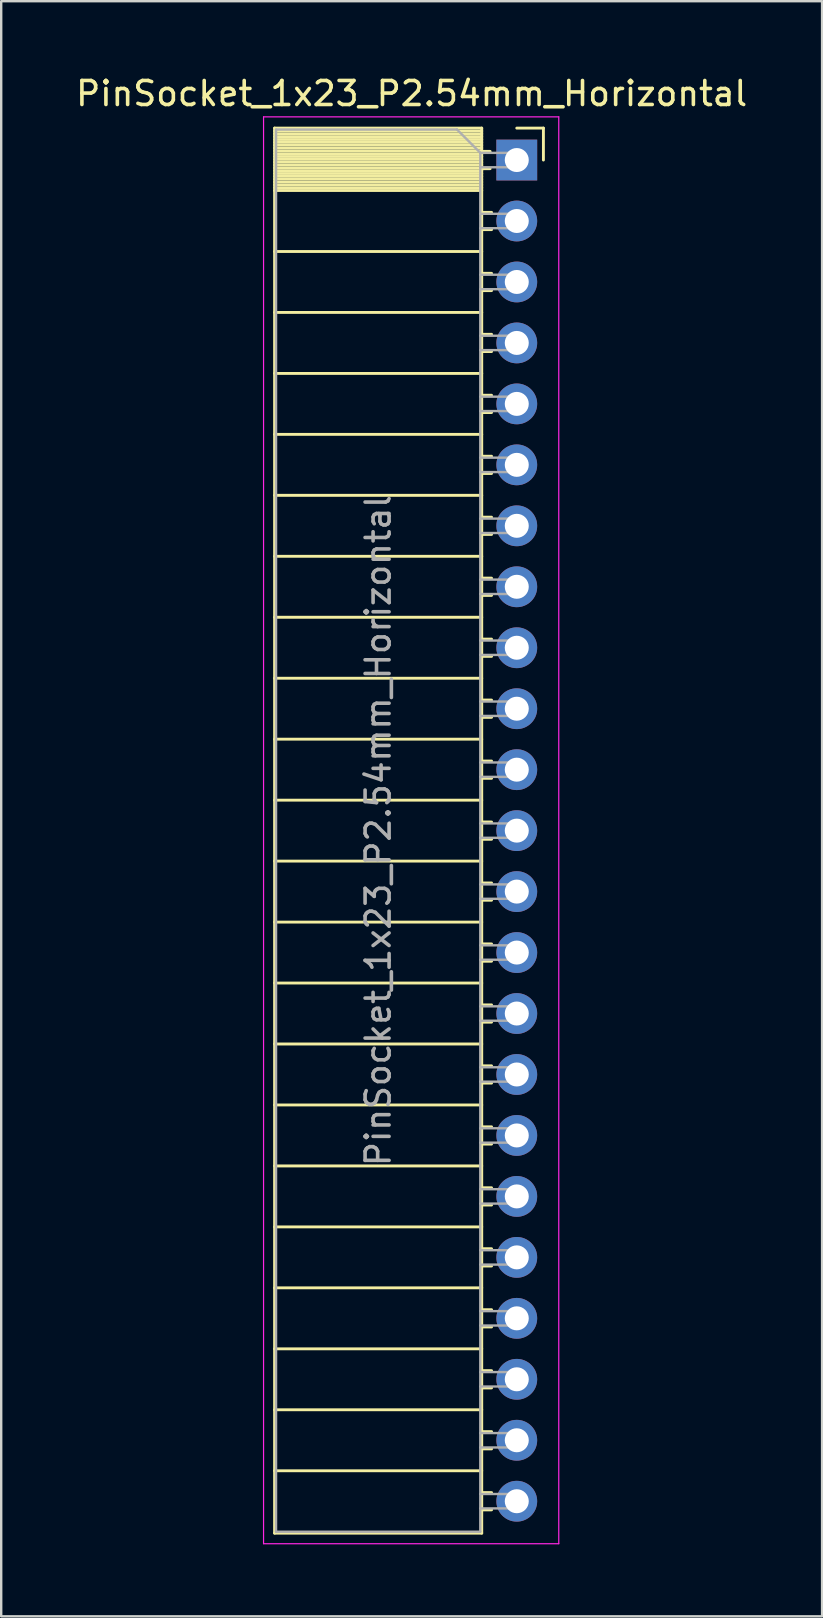
<source format=kicad_pcb>
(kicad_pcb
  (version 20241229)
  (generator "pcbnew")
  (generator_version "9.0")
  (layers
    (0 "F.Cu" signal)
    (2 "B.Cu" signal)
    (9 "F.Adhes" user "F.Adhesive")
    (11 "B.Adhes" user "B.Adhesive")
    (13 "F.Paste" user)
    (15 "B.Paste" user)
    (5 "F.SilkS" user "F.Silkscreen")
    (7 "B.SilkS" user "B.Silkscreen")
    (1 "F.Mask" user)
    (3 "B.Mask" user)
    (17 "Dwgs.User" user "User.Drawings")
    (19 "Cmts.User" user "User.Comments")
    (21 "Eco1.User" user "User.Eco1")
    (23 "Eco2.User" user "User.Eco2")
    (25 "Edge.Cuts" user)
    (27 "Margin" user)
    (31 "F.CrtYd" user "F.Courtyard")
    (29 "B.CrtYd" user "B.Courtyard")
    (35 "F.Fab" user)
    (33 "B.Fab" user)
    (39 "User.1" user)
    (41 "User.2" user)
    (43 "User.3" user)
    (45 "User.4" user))
  (footprint "PinSocket_1x23_P2.54mm_Horizontal"
    (layer "F.Cu")
    (at 18.481 3.618)
    (property "Reference" "PinSocket_1x23_P2.54mm_Horizontal" (at -4.38 -2.77 0) (layer "F.SilkS") (effects (font (size 1 1) (thickness 0.15))))
    (attr through_hole)
    (fp_line (start -10.09 -1.33) (end -10.09 57.21) (stroke (width 0.12) (type solid)) (layer "F.SilkS"))
    (fp_line (start -10.09 -1.33) (end -1.46 -1.33) (stroke (width 0.12) (type solid)) (layer "F.SilkS"))
    (fp_line (start -10.09 -1.21) (end -1.46 -1.21) (stroke (width 0.12) (type solid)) (layer "F.SilkS"))
    (fp_line (start -10.09 -1.092) (end -1.46 -1.092) (stroke (width 0.12) (type solid)) (layer "F.SilkS"))
    (fp_line (start -10.09 -0.974) (end -1.46 -0.974) (stroke (width 0.12) (type solid)) (layer "F.SilkS"))
    (fp_line (start -10.09 -0.856) (end -1.46 -0.856) (stroke (width 0.12) (type solid)) (layer "F.SilkS"))
    (fp_line (start -10.09 -0.738) (end -1.46 -0.738) (stroke (width 0.12) (type solid)) (layer "F.SilkS"))
    (fp_line (start -10.09 -0.62) (end -1.46 -0.62) (stroke (width 0.12) (type solid)) (layer "F.SilkS"))
    (fp_line (start -10.09 -0.501) (end -1.46 -0.501) (stroke (width 0.12) (type solid)) (layer "F.SilkS"))
    (fp_line (start -10.09 -0.383) (end -1.46 -0.383) (stroke (width 0.12) (type solid)) (layer "F.SilkS"))
    (fp_line (start -10.09 -0.265) (end -1.46 -0.265) (stroke (width 0.12) (type solid)) (layer "F.SilkS"))
    (fp_line (start -10.09 -0.147) (end -1.46 -0.147) (stroke (width 0.12) (type solid)) (layer "F.SilkS"))
    (fp_line (start -10.09 -0.029) (end -1.46 -0.029) (stroke (width 0.12) (type solid)) (layer "F.SilkS"))
    (fp_line (start -10.09 0.089) (end -1.46 0.089) (stroke (width 0.12) (type solid)) (layer "F.SilkS"))
    (fp_line (start -10.09 0.207) (end -1.46 0.207) (stroke (width 0.12) (type solid)) (layer "F.SilkS"))
    (fp_line (start -10.09 0.325) (end -1.46 0.325) (stroke (width 0.12) (type solid)) (layer "F.SilkS"))
    (fp_line (start -10.09 0.443) (end -1.46 0.443) (stroke (width 0.12) (type solid)) (layer "F.SilkS"))
    (fp_line (start -10.09 0.561) (end -1.46 0.561) (stroke (width 0.12) (type solid)) (layer "F.SilkS"))
    (fp_line (start -10.09 0.68) (end -1.46 0.68) (stroke (width 0.12) (type solid)) (layer "F.SilkS"))
    (fp_line (start -10.09 0.798) (end -1.46 0.798) (stroke (width 0.12) (type solid)) (layer "F.SilkS"))
    (fp_line (start -10.09 0.916) (end -1.46 0.916) (stroke (width 0.12) (type solid)) (layer "F.SilkS"))
    (fp_line (start -10.09 1.034) (end -1.46 1.034) (stroke (width 0.12) (type solid)) (layer "F.SilkS"))
    (fp_line (start -10.09 1.152) (end -1.46 1.152) (stroke (width 0.12) (type solid)) (layer "F.SilkS"))
    (fp_line (start -10.09 1.27) (end -1.46 1.27) (stroke (width 0.12) (type solid)) (layer "F.SilkS"))
    (fp_line (start -10.09 3.81) (end -1.46 3.81) (stroke (width 0.12) (type solid)) (layer "F.SilkS"))
    (fp_line (start -10.09 6.35) (end -1.46 6.35) (stroke (width 0.12) (type solid)) (layer "F.SilkS"))
    (fp_line (start -10.09 8.89) (end -1.46 8.89) (stroke (width 0.12) (type solid)) (layer "F.SilkS"))
    (fp_line (start -10.09 11.43) (end -1.46 11.43) (stroke (width 0.12) (type solid)) (layer "F.SilkS"))
    (fp_line (start -10.09 13.97) (end -1.46 13.97) (stroke (width 0.12) (type solid)) (layer "F.SilkS"))
    (fp_line (start -10.09 16.51) (end -1.46 16.51) (stroke (width 0.12) (type solid)) (layer "F.SilkS"))
    (fp_line (start -10.09 19.05) (end -1.46 19.05) (stroke (width 0.12) (type solid)) (layer "F.SilkS"))
    (fp_line (start -10.09 21.59) (end -1.46 21.59) (stroke (width 0.12) (type solid)) (layer "F.SilkS"))
    (fp_line (start -10.09 24.13) (end -1.46 24.13) (stroke (width 0.12) (type solid)) (layer "F.SilkS"))
    (fp_line (start -10.09 26.67) (end -1.46 26.67) (stroke (width 0.12) (type solid)) (layer "F.SilkS"))
    (fp_line (start -10.09 29.21) (end -1.46 29.21) (stroke (width 0.12) (type solid)) (layer "F.SilkS"))
    (fp_line (start -10.09 31.75) (end -1.46 31.75) (stroke (width 0.12) (type solid)) (layer "F.SilkS"))
    (fp_line (start -10.09 34.29) (end -1.46 34.29) (stroke (width 0.12) (type solid)) (layer "F.SilkS"))
    (fp_line (start -10.09 36.83) (end -1.46 36.83) (stroke (width 0.12) (type solid)) (layer "F.SilkS"))
    (fp_line (start -10.09 39.37) (end -1.46 39.37) (stroke (width 0.12) (type solid)) (layer "F.SilkS"))
    (fp_line (start -10.09 41.91) (end -1.46 41.91) (stroke (width 0.12) (type solid)) (layer "F.SilkS"))
    (fp_line (start -10.09 44.45) (end -1.46 44.45) (stroke (width 0.12) (type solid)) (layer "F.SilkS"))
    (fp_line (start -10.09 46.99) (end -1.46 46.99) (stroke (width 0.12) (type solid)) (layer "F.SilkS"))
    (fp_line (start -10.09 49.53) (end -1.46 49.53) (stroke (width 0.12) (type solid)) (layer "F.SilkS"))
    (fp_line (start -10.09 52.07) (end -1.46 52.07) (stroke (width 0.12) (type solid)) (layer "F.SilkS"))
    (fp_line (start -10.09 54.61) (end -1.46 54.61) (stroke (width 0.12) (type solid)) (layer "F.SilkS"))
    (fp_line (start -10.09 57.21) (end -1.46 57.21) (stroke (width 0.12) (type solid)) (layer "F.SilkS"))
    (fp_line (start -1.46 -1.33) (end -1.46 57.21) (stroke (width 0.12) (type solid)) (layer "F.SilkS"))
    (fp_line (start -1.46 -0.36) (end -1.11 -0.36) (stroke (width 0.12) (type solid)) (layer "F.SilkS"))
    (fp_line (start -1.46 0.36) (end -1.11 0.36) (stroke (width 0.12) (type solid)) (layer "F.SilkS"))
    (fp_line (start -1.46 2.18) (end -1.05 2.18) (stroke (width 0.12) (type solid)) (layer "F.SilkS"))
    (fp_line (start -1.46 2.9) (end -1.05 2.9) (stroke (width 0.12) (type solid)) (layer "F.SilkS"))
    (fp_line (start -1.46 4.72) (end -1.05 4.72) (stroke (width 0.12) (type solid)) (layer "F.SilkS"))
    (fp_line (start -1.46 5.44) (end -1.05 5.44) (stroke (width 0.12) (type solid)) (layer "F.SilkS"))
    (fp_line (start -1.46 7.26) (end -1.05 7.26) (stroke (width 0.12) (type solid)) (layer "F.SilkS"))
    (fp_line (start -1.46 7.98) (end -1.05 7.98) (stroke (width 0.12) (type solid)) (layer "F.SilkS"))
    (fp_line (start -1.46 9.8) (end -1.05 9.8) (stroke (width 0.12) (type solid)) (layer "F.SilkS"))
    (fp_line (start -1.46 10.52) (end -1.05 10.52) (stroke (width 0.12) (type solid)) (layer "F.SilkS"))
    (fp_line (start -1.46 12.34) (end -1.05 12.34) (stroke (width 0.12) (type solid)) (layer "F.SilkS"))
    (fp_line (start -1.46 13.06) (end -1.05 13.06) (stroke (width 0.12) (type solid)) (layer "F.SilkS"))
    (fp_line (start -1.46 14.88) (end -1.05 14.88) (stroke (width 0.12) (type solid)) (layer "F.SilkS"))
    (fp_line (start -1.46 15.6) (end -1.05 15.6) (stroke (width 0.12) (type solid)) (layer "F.SilkS"))
    (fp_line (start -1.46 17.42) (end -1.05 17.42) (stroke (width 0.12) (type solid)) (layer "F.SilkS"))
    (fp_line (start -1.46 18.14) (end -1.05 18.14) (stroke (width 0.12) (type solid)) (layer "F.SilkS"))
    (fp_line (start -1.46 19.96) (end -1.05 19.96) (stroke (width 0.12) (type solid)) (layer "F.SilkS"))
    (fp_line (start -1.46 20.68) (end -1.05 20.68) (stroke (width 0.12) (type solid)) (layer "F.SilkS"))
    (fp_line (start -1.46 22.5) (end -1.05 22.5) (stroke (width 0.12) (type solid)) (layer "F.SilkS"))
    (fp_line (start -1.46 23.22) (end -1.05 23.22) (stroke (width 0.12) (type solid)) (layer "F.SilkS"))
    (fp_line (start -1.46 25.04) (end -1.05 25.04) (stroke (width 0.12) (type solid)) (layer "F.SilkS"))
    (fp_line (start -1.46 25.76) (end -1.05 25.76) (stroke (width 0.12) (type solid)) (layer "F.SilkS"))
    (fp_line (start -1.46 27.58) (end -1.05 27.58) (stroke (width 0.12) (type solid)) (layer "F.SilkS"))
    (fp_line (start -1.46 28.3) (end -1.05 28.3) (stroke (width 0.12) (type solid)) (layer "F.SilkS"))
    (fp_line (start -1.46 30.12) (end -1.05 30.12) (stroke (width 0.12) (type solid)) (layer "F.SilkS"))
    (fp_line (start -1.46 30.84) (end -1.05 30.84) (stroke (width 0.12) (type solid)) (layer "F.SilkS"))
    (fp_line (start -1.46 32.66) (end -1.05 32.66) (stroke (width 0.12) (type solid)) (layer "F.SilkS"))
    (fp_line (start -1.46 33.38) (end -1.05 33.38) (stroke (width 0.12) (type solid)) (layer "F.SilkS"))
    (fp_line (start -1.46 35.2) (end -1.05 35.2) (stroke (width 0.12) (type solid)) (layer "F.SilkS"))
    (fp_line (start -1.46 35.92) (end -1.05 35.92) (stroke (width 0.12) (type solid)) (layer "F.SilkS"))
    (fp_line (start -1.46 37.74) (end -1.05 37.74) (stroke (width 0.12) (type solid)) (layer "F.SilkS"))
    (fp_line (start -1.46 38.46) (end -1.05 38.46) (stroke (width 0.12) (type solid)) (layer "F.SilkS"))
    (fp_line (start -1.46 40.28) (end -1.05 40.28) (stroke (width 0.12) (type solid)) (layer "F.SilkS"))
    (fp_line (start -1.46 41) (end -1.05 41) (stroke (width 0.12) (type solid)) (layer "F.SilkS"))
    (fp_line (start -1.46 42.82) (end -1.05 42.82) (stroke (width 0.12) (type solid)) (layer "F.SilkS"))
    (fp_line (start -1.46 43.54) (end -1.05 43.54) (stroke (width 0.12) (type solid)) (layer "F.SilkS"))
    (fp_line (start -1.46 45.36) (end -1.05 45.36) (stroke (width 0.12) (type solid)) (layer "F.SilkS"))
    (fp_line (start -1.46 46.08) (end -1.05 46.08) (stroke (width 0.12) (type solid)) (layer "F.SilkS"))
    (fp_line (start -1.46 47.9) (end -1.05 47.9) (stroke (width 0.12) (type solid)) (layer "F.SilkS"))
    (fp_line (start -1.46 48.62) (end -1.05 48.62) (stroke (width 0.12) (type solid)) (layer "F.SilkS"))
    (fp_line (start -1.46 50.44) (end -1.05 50.44) (stroke (width 0.12) (type solid)) (layer "F.SilkS"))
    (fp_line (start -1.46 51.16) (end -1.05 51.16) (stroke (width 0.12) (type solid)) (layer "F.SilkS"))
    (fp_line (start -1.46 52.98) (end -1.05 52.98) (stroke (width 0.12) (type solid)) (layer "F.SilkS"))
    (fp_line (start -1.46 53.7) (end -1.05 53.7) (stroke (width 0.12) (type solid)) (layer "F.SilkS"))
    (fp_line (start -1.46 55.52) (end -1.05 55.52) (stroke (width 0.12) (type solid)) (layer "F.SilkS"))
    (fp_line (start -1.46 56.24) (end -1.05 56.24) (stroke (width 0.12) (type solid)) (layer "F.SilkS"))
    (fp_line (start 0 -1.33) (end 1.11 -1.33) (stroke (width 0.12) (type solid)) (layer "F.SilkS"))
    (fp_line (start 1.11 -1.33) (end 1.11 0) (stroke (width 0.12) (type solid)) (layer "F.SilkS"))
    (fp_line (start -10.55 -1.8) (end -10.55 57.65) (stroke (width 0.05) (type solid)) (layer "F.CrtYd"))
    (fp_line (start -10.55 57.65) (end 1.75 57.65) (stroke (width 0.05) (type solid)) (layer "F.CrtYd"))
    (fp_line (start 1.75 -1.8) (end -10.55 -1.8) (stroke (width 0.05) (type solid)) (layer "F.CrtYd"))
    (fp_line (start 1.75 57.65) (end 1.75 -1.8) (stroke (width 0.05) (type solid)) (layer "F.CrtYd"))
    (fp_line (start -10.03 -1.27) (end -2.49 -1.27) (stroke (width 0.1) (type solid)) (layer "F.Fab"))
    (fp_line (start -10.03 57.15) (end -10.03 -1.27) (stroke (width 0.1) (type solid)) (layer "F.Fab"))
    (fp_line (start -2.49 -1.27) (end -1.52 -0.3) (stroke (width 0.1) (type solid)) (layer "F.Fab"))
    (fp_line (start -1.52 -0.3) (end -1.52 57.15) (stroke (width 0.1) (type solid)) (layer "F.Fab"))
    (fp_line (start -1.52 0.3) (end 0 0.3) (stroke (width 0.1) (type solid)) (layer "F.Fab"))
    (fp_line (start -1.52 2.84) (end 0 2.84) (stroke (width 0.1) (type solid)) (layer "F.Fab"))
    (fp_line (start -1.52 5.38) (end 0 5.38) (stroke (width 0.1) (type solid)) (layer "F.Fab"))
    (fp_line (start -1.52 7.92) (end 0 7.92) (stroke (width 0.1) (type solid)) (layer "F.Fab"))
    (fp_line (start -1.52 10.46) (end 0 10.46) (stroke (width 0.1) (type solid)) (layer "F.Fab"))
    (fp_line (start -1.52 13) (end 0 13) (stroke (width 0.1) (type solid)) (layer "F.Fab"))
    (fp_line (start -1.52 15.54) (end 0 15.54) (stroke (width 0.1) (type solid)) (layer "F.Fab"))
    (fp_line (start -1.52 18.08) (end 0 18.08) (stroke (width 0.1) (type solid)) (layer "F.Fab"))
    (fp_line (start -1.52 20.62) (end 0 20.62) (stroke (width 0.1) (type solid)) (layer "F.Fab"))
    (fp_line (start -1.52 23.16) (end 0 23.16) (stroke (width 0.1) (type solid)) (layer "F.Fab"))
    (fp_line (start -1.52 25.7) (end 0 25.7) (stroke (width 0.1) (type solid)) (layer "F.Fab"))
    (fp_line (start -1.52 28.24) (end 0 28.24) (stroke (width 0.1) (type solid)) (layer "F.Fab"))
    (fp_line (start -1.52 30.78) (end 0 30.78) (stroke (width 0.1) (type solid)) (layer "F.Fab"))
    (fp_line (start -1.52 33.32) (end 0 33.32) (stroke (width 0.1) (type solid)) (layer "F.Fab"))
    (fp_line (start -1.52 35.86) (end 0 35.86) (stroke (width 0.1) (type solid)) (layer "F.Fab"))
    (fp_line (start -1.52 38.4) (end 0 38.4) (stroke (width 0.1) (type solid)) (layer "F.Fab"))
    (fp_line (start -1.52 40.94) (end 0 40.94) (stroke (width 0.1) (type solid)) (layer "F.Fab"))
    (fp_line (start -1.52 43.48) (end 0 43.48) (stroke (width 0.1) (type solid)) (layer "F.Fab"))
    (fp_line (start -1.52 46.02) (end 0 46.02) (stroke (width 0.1) (type solid)) (layer "F.Fab"))
    (fp_line (start -1.52 48.56) (end 0 48.56) (stroke (width 0.1) (type solid)) (layer "F.Fab"))
    (fp_line (start -1.52 51.1) (end 0 51.1) (stroke (width 0.1) (type solid)) (layer "F.Fab"))
    (fp_line (start -1.52 53.64) (end 0 53.64) (stroke (width 0.1) (type solid)) (layer "F.Fab"))
    (fp_line (start -1.52 56.18) (end 0 56.18) (stroke (width 0.1) (type solid)) (layer "F.Fab"))
    (fp_line (start -1.52 57.15) (end -10.03 57.15) (stroke (width 0.1) (type solid)) (layer "F.Fab"))
    (fp_line (start 0 -0.3) (end -1.52 -0.3) (stroke (width 0.1) (type solid)) (layer "F.Fab"))
    (fp_line (start 0 0.3) (end 0 -0.3) (stroke (width 0.1) (type solid)) (layer "F.Fab"))
    (fp_line (start 0 2.24) (end -1.52 2.24) (stroke (width 0.1) (type solid)) (layer "F.Fab"))
    (fp_line (start 0 2.84) (end 0 2.24) (stroke (width 0.1) (type solid)) (layer "F.Fab"))
    (fp_line (start 0 4.78) (end -1.52 4.78) (stroke (width 0.1) (type solid)) (layer "F.Fab"))
    (fp_line (start 0 5.38) (end 0 4.78) (stroke (width 0.1) (type solid)) (layer "F.Fab"))
    (fp_line (start 0 7.32) (end -1.52 7.32) (stroke (width 0.1) (type solid)) (layer "F.Fab"))
    (fp_line (start 0 7.92) (end 0 7.32) (stroke (width 0.1) (type solid)) (layer "F.Fab"))
    (fp_line (start 0 9.86) (end -1.52 9.86) (stroke (width 0.1) (type solid)) (layer "F.Fab"))
    (fp_line (start 0 10.46) (end 0 9.86) (stroke (width 0.1) (type solid)) (layer "F.Fab"))
    (fp_line (start 0 12.4) (end -1.52 12.4) (stroke (width 0.1) (type solid)) (layer "F.Fab"))
    (fp_line (start 0 13) (end 0 12.4) (stroke (width 0.1) (type solid)) (layer "F.Fab"))
    (fp_line (start 0 14.94) (end -1.52 14.94) (stroke (width 0.1) (type solid)) (layer "F.Fab"))
    (fp_line (start 0 15.54) (end 0 14.94) (stroke (width 0.1) (type solid)) (layer "F.Fab"))
    (fp_line (start 0 17.48) (end -1.52 17.48) (stroke (width 0.1) (type solid)) (layer "F.Fab"))
    (fp_line (start 0 18.08) (end 0 17.48) (stroke (width 0.1) (type solid)) (layer "F.Fab"))
    (fp_line (start 0 20.02) (end -1.52 20.02) (stroke (width 0.1) (type solid)) (layer "F.Fab"))
    (fp_line (start 0 20.62) (end 0 20.02) (stroke (width 0.1) (type solid)) (layer "F.Fab"))
    (fp_line (start 0 22.56) (end -1.52 22.56) (stroke (width 0.1) (type solid)) (layer "F.Fab"))
    (fp_line (start 0 23.16) (end 0 22.56) (stroke (width 0.1) (type solid)) (layer "F.Fab"))
    (fp_line (start 0 25.1) (end -1.52 25.1) (stroke (width 0.1) (type solid)) (layer "F.Fab"))
    (fp_line (start 0 25.7) (end 0 25.1) (stroke (width 0.1) (type solid)) (layer "F.Fab"))
    (fp_line (start 0 27.64) (end -1.52 27.64) (stroke (width 0.1) (type solid)) (layer "F.Fab"))
    (fp_line (start 0 28.24) (end 0 27.64) (stroke (width 0.1) (type solid)) (layer "F.Fab"))
    (fp_line (start 0 30.18) (end -1.52 30.18) (stroke (width 0.1) (type solid)) (layer "F.Fab"))
    (fp_line (start 0 30.78) (end 0 30.18) (stroke (width 0.1) (type solid)) (layer "F.Fab"))
    (fp_line (start 0 32.72) (end -1.52 32.72) (stroke (width 0.1) (type solid)) (layer "F.Fab"))
    (fp_line (start 0 33.32) (end 0 32.72) (stroke (width 0.1) (type solid)) (layer "F.Fab"))
    (fp_line (start 0 35.26) (end -1.52 35.26) (stroke (width 0.1) (type solid)) (layer "F.Fab"))
    (fp_line (start 0 35.86) (end 0 35.26) (stroke (width 0.1) (type solid)) (layer "F.Fab"))
    (fp_line (start 0 37.8) (end -1.52 37.8) (stroke (width 0.1) (type solid)) (layer "F.Fab"))
    (fp_line (start 0 38.4) (end 0 37.8) (stroke (width 0.1) (type solid)) (layer "F.Fab"))
    (fp_line (start 0 40.34) (end -1.52 40.34) (stroke (width 0.1) (type solid)) (layer "F.Fab"))
    (fp_line (start 0 40.94) (end 0 40.34) (stroke (width 0.1) (type solid)) (layer "F.Fab"))
    (fp_line (start 0 42.88) (end -1.52 42.88) (stroke (width 0.1) (type solid)) (layer "F.Fab"))
    (fp_line (start 0 43.48) (end 0 42.88) (stroke (width 0.1) (type solid)) (layer "F.Fab"))
    (fp_line (start 0 45.42) (end -1.52 45.42) (stroke (width 0.1) (type solid)) (layer "F.Fab"))
    (fp_line (start 0 46.02) (end 0 45.42) (stroke (width 0.1) (type solid)) (layer "F.Fab"))
    (fp_line (start 0 47.96) (end -1.52 47.96) (stroke (width 0.1) (type solid)) (layer "F.Fab"))
    (fp_line (start 0 48.56) (end 0 47.96) (stroke (width 0.1) (type solid)) (layer "F.Fab"))
    (fp_line (start 0 50.5) (end -1.52 50.5) (stroke (width 0.1) (type solid)) (layer "F.Fab"))
    (fp_line (start 0 51.1) (end 0 50.5) (stroke (width 0.1) (type solid)) (layer "F.Fab"))
    (fp_line (start 0 53.04) (end -1.52 53.04) (stroke (width 0.1) (type solid)) (layer "F.Fab"))
    (fp_line (start 0 53.64) (end 0 53.04) (stroke (width 0.1) (type solid)) (layer "F.Fab"))
    (fp_line (start 0 55.58) (end -1.52 55.58) (stroke (width 0.1) (type solid)) (layer "F.Fab"))
    (fp_line (start 0 56.18) (end 0 55.58) (stroke (width 0.1) (type solid)) (layer "F.Fab"))
    (fp_text user "${REFERENCE}" (at -5.775 27.94 90) (layer "F.Fab") (effects (font (size 1 1) (thickness 0.15))))
    (pad "1" thru_hole rect (at 0 0) (size 1.7 1.7) (drill 1) (layers "*.Cu" "*.Mask"))
    (pad "2" thru_hole circle (at 0 2.54) (size 1.7 1.7) (drill 1) (layers "*.Cu" "*.Mask"))
    (pad "3" thru_hole circle (at 0 5.08) (size 1.7 1.7) (drill 1) (layers "*.Cu" "*.Mask"))
    (pad "4" thru_hole circle (at 0 7.62) (size 1.7 1.7) (drill 1) (layers "*.Cu" "*.Mask"))
    (pad "5" thru_hole circle (at 0 10.16) (size 1.7 1.7) (drill 1) (layers "*.Cu" "*.Mask"))
    (pad "6" thru_hole circle (at 0 12.7) (size 1.7 1.7) (drill 1) (layers "*.Cu" "*.Mask"))
    (pad "7" thru_hole circle (at 0 15.24) (size 1.7 1.7) (drill 1) (layers "*.Cu" "*.Mask"))
    (pad "8" thru_hole circle (at 0 17.78) (size 1.7 1.7) (drill 1) (layers "*.Cu" "*.Mask"))
    (pad "9" thru_hole circle (at 0 20.32) (size 1.7 1.7) (drill 1) (layers "*.Cu" "*.Mask"))
    (pad "10" thru_hole circle (at 0 22.86) (size 1.7 1.7) (drill 1) (layers "*.Cu" "*.Mask"))
    (pad "11" thru_hole circle (at 0 25.4) (size 1.7 1.7) (drill 1) (layers "*.Cu" "*.Mask"))
    (pad "12" thru_hole circle (at 0 27.94) (size 1.7 1.7) (drill 1) (layers "*.Cu" "*.Mask"))
    (pad "13" thru_hole circle (at 0 30.48) (size 1.7 1.7) (drill 1) (layers "*.Cu" "*.Mask"))
    (pad "14" thru_hole circle (at 0 33.02) (size 1.7 1.7) (drill 1) (layers "*.Cu" "*.Mask"))
    (pad "15" thru_hole circle (at 0 35.56) (size 1.7 1.7) (drill 1) (layers "*.Cu" "*.Mask"))
    (pad "16" thru_hole circle (at 0 38.1) (size 1.7 1.7) (drill 1) (layers "*.Cu" "*.Mask"))
    (pad "17" thru_hole circle (at 0 40.64) (size 1.7 1.7) (drill 1) (layers "*.Cu" "*.Mask"))
    (pad "18" thru_hole circle (at 0 43.18) (size 1.7 1.7) (drill 1) (layers "*.Cu" "*.Mask"))
    (pad "19" thru_hole circle (at 0 45.72) (size 1.7 1.7) (drill 1) (layers "*.Cu" "*.Mask"))
    (pad "20" thru_hole circle (at 0 48.26) (size 1.7 1.7) (drill 1) (layers "*.Cu" "*.Mask"))
    (pad "21" thru_hole circle (at 0 50.8) (size 1.7 1.7) (drill 1) (layers "*.Cu" "*.Mask"))
    (pad "22" thru_hole circle (at 0 53.34) (size 1.7 1.7) (drill 1) (layers "*.Cu" "*.Mask"))
    (pad "23" thru_hole circle (at 0 55.88) (size 1.7 1.7) (drill 1) (layers "*.Cu" "*.Mask")))
  (gr_rect
    (start -3 -3)
    (end 31.202 64.293)
    (stroke (width 0.1) (type default))
    (fill no)
    (layer "Edge.Cuts")))
</source>
